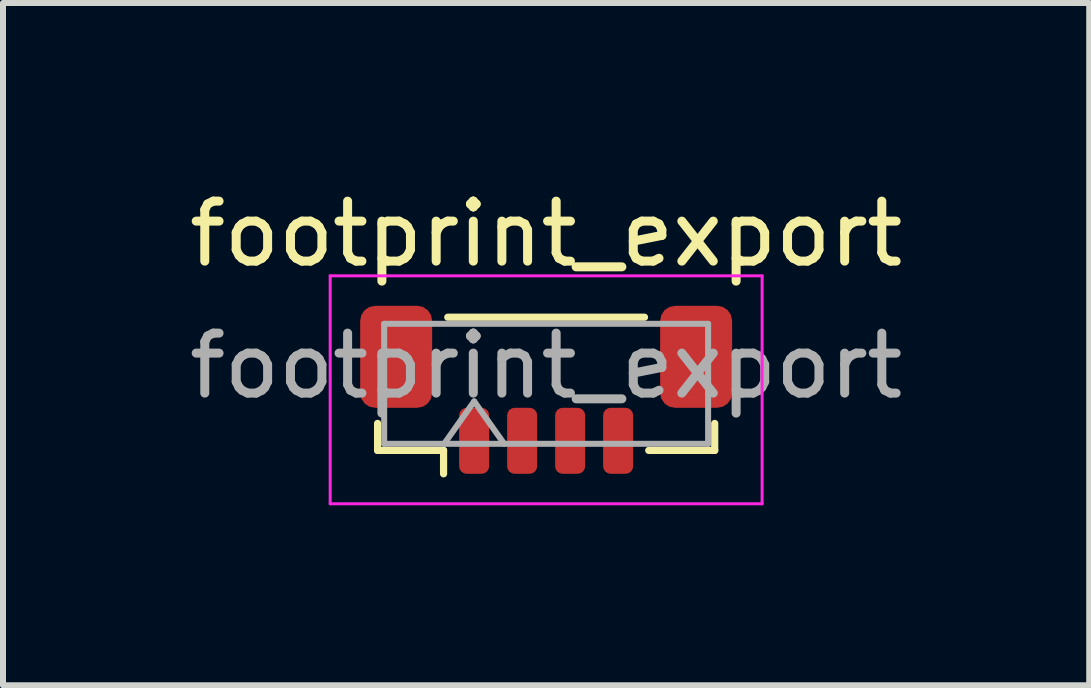
<source format=kicad_pcb>
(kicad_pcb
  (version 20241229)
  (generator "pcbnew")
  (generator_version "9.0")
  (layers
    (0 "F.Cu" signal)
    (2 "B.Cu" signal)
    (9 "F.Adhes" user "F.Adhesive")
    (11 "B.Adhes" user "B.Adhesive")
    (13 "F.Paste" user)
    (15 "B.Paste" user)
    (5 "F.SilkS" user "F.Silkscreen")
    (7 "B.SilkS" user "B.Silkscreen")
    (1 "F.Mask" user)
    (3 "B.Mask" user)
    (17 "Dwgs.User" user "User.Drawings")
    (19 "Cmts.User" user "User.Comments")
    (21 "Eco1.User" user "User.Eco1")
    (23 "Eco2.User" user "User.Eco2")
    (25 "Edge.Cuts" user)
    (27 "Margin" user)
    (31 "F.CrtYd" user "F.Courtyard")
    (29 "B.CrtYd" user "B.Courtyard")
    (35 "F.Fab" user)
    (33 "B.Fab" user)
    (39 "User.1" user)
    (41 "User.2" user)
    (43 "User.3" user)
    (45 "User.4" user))
  (footprint "footprint_export"
    (layer "F.Cu")
    (at 6.054 3.448)
    (property "Reference" "footprint_export" (at 0 -2.6 0) (layer "F.SilkS") (effects (font (size 1 1) (thickness 0.15))))
    (attr smd)
    (fp_line (start -2.81 0.56) (end -2.81 1.01) (stroke (width 0.12) (type solid)) (layer "F.SilkS"))
    (fp_line (start -2.81 1.01) (end -1.71 1.01) (stroke (width 0.12) (type solid)) (layer "F.SilkS"))
    (fp_line (start -1.71 1.01) (end -1.71 1.4) (stroke (width 0.12) (type solid)) (layer "F.SilkS"))
    (fp_line (start -1.64 -1.21) (end 1.64 -1.21) (stroke (width 0.12) (type solid)) (layer "F.SilkS"))
    (fp_line (start 2.81 0.56) (end 2.81 1.01) (stroke (width 0.12) (type solid)) (layer "F.SilkS"))
    (fp_line (start 2.81 1.01) (end 1.71 1.01) (stroke (width 0.12) (type solid)) (layer "F.SilkS"))
    (fp_line (start -3.6 -1.9) (end -3.6 1.9) (stroke (width 0.05) (type solid)) (layer "F.CrtYd"))
    (fp_line (start -3.6 1.9) (end 3.6 1.9) (stroke (width 0.05) (type solid)) (layer "F.CrtYd"))
    (fp_line (start 3.6 -1.9) (end -3.6 -1.9) (stroke (width 0.05) (type solid)) (layer "F.CrtYd"))
    (fp_line (start 3.6 1.9) (end 3.6 -1.9) (stroke (width 0.05) (type solid)) (layer "F.CrtYd"))
    (fp_line (start -2.7 -1.1) (end 2.7 -1.1) (stroke (width 0.1) (type solid)) (layer "F.Fab"))
    (fp_line (start -2.7 0.9) (end -2.7 -1.1) (stroke (width 0.1) (type solid)) (layer "F.Fab"))
    (fp_line (start -2.7 0.9) (end 2.7 0.9) (stroke (width 0.1) (type solid)) (layer "F.Fab"))
    (fp_line (start -1.7 0.9) (end -1.2 0.193) (stroke (width 0.1) (type solid)) (layer "F.Fab"))
    (fp_line (start -1.2 0.193) (end -0.7 0.9) (stroke (width 0.1) (type solid)) (layer "F.Fab"))
    (fp_line (start 2.7 0.9) (end 2.7 -1.1) (stroke (width 0.1) (type solid)) (layer "F.Fab"))
    (fp_text user "${REFERENCE}" (at 0 -0.4 0) (layer "F.Fab") (effects (font (size 1 1) (thickness 0.15))))
    (pad "1" smd roundrect (at -1.2 0.85) (size 0.5 1.1) (layers "F.Cu" "F.Mask" "F.Paste") (roundrect_rratio 0.25))
    (pad "2" smd roundrect (at -0.4 0.85) (size 0.5 1.1) (layers "F.Cu" "F.Mask" "F.Paste") (roundrect_rratio 0.25))
    (pad "3" smd roundrect (at 0.4 0.85) (size 0.5 1.1) (layers "F.Cu" "F.Mask" "F.Paste") (roundrect_rratio 0.25))
    (pad "4" smd roundrect (at 1.2 0.85) (size 0.5 1.1) (layers "F.Cu" "F.Mask" "F.Paste") (roundrect_rratio 0.25))
    (pad "MP" smd roundrect (at -2.5 -0.55) (size 1.2 1.7) (layers "F.Cu" "F.Mask" "F.Paste") (roundrect_rratio 0.208))
    (pad "MP" smd roundrect (at 2.5 -0.55) (size 1.2 1.7) (layers "F.Cu" "F.Mask" "F.Paste") (roundrect_rratio 0.208)))
  (gr_rect
    (start -3 -3)
    (end 15.107 8.373)
    (stroke (width 0.1) (type default))
    (fill no)
    (layer "Edge.Cuts")))
</source>
